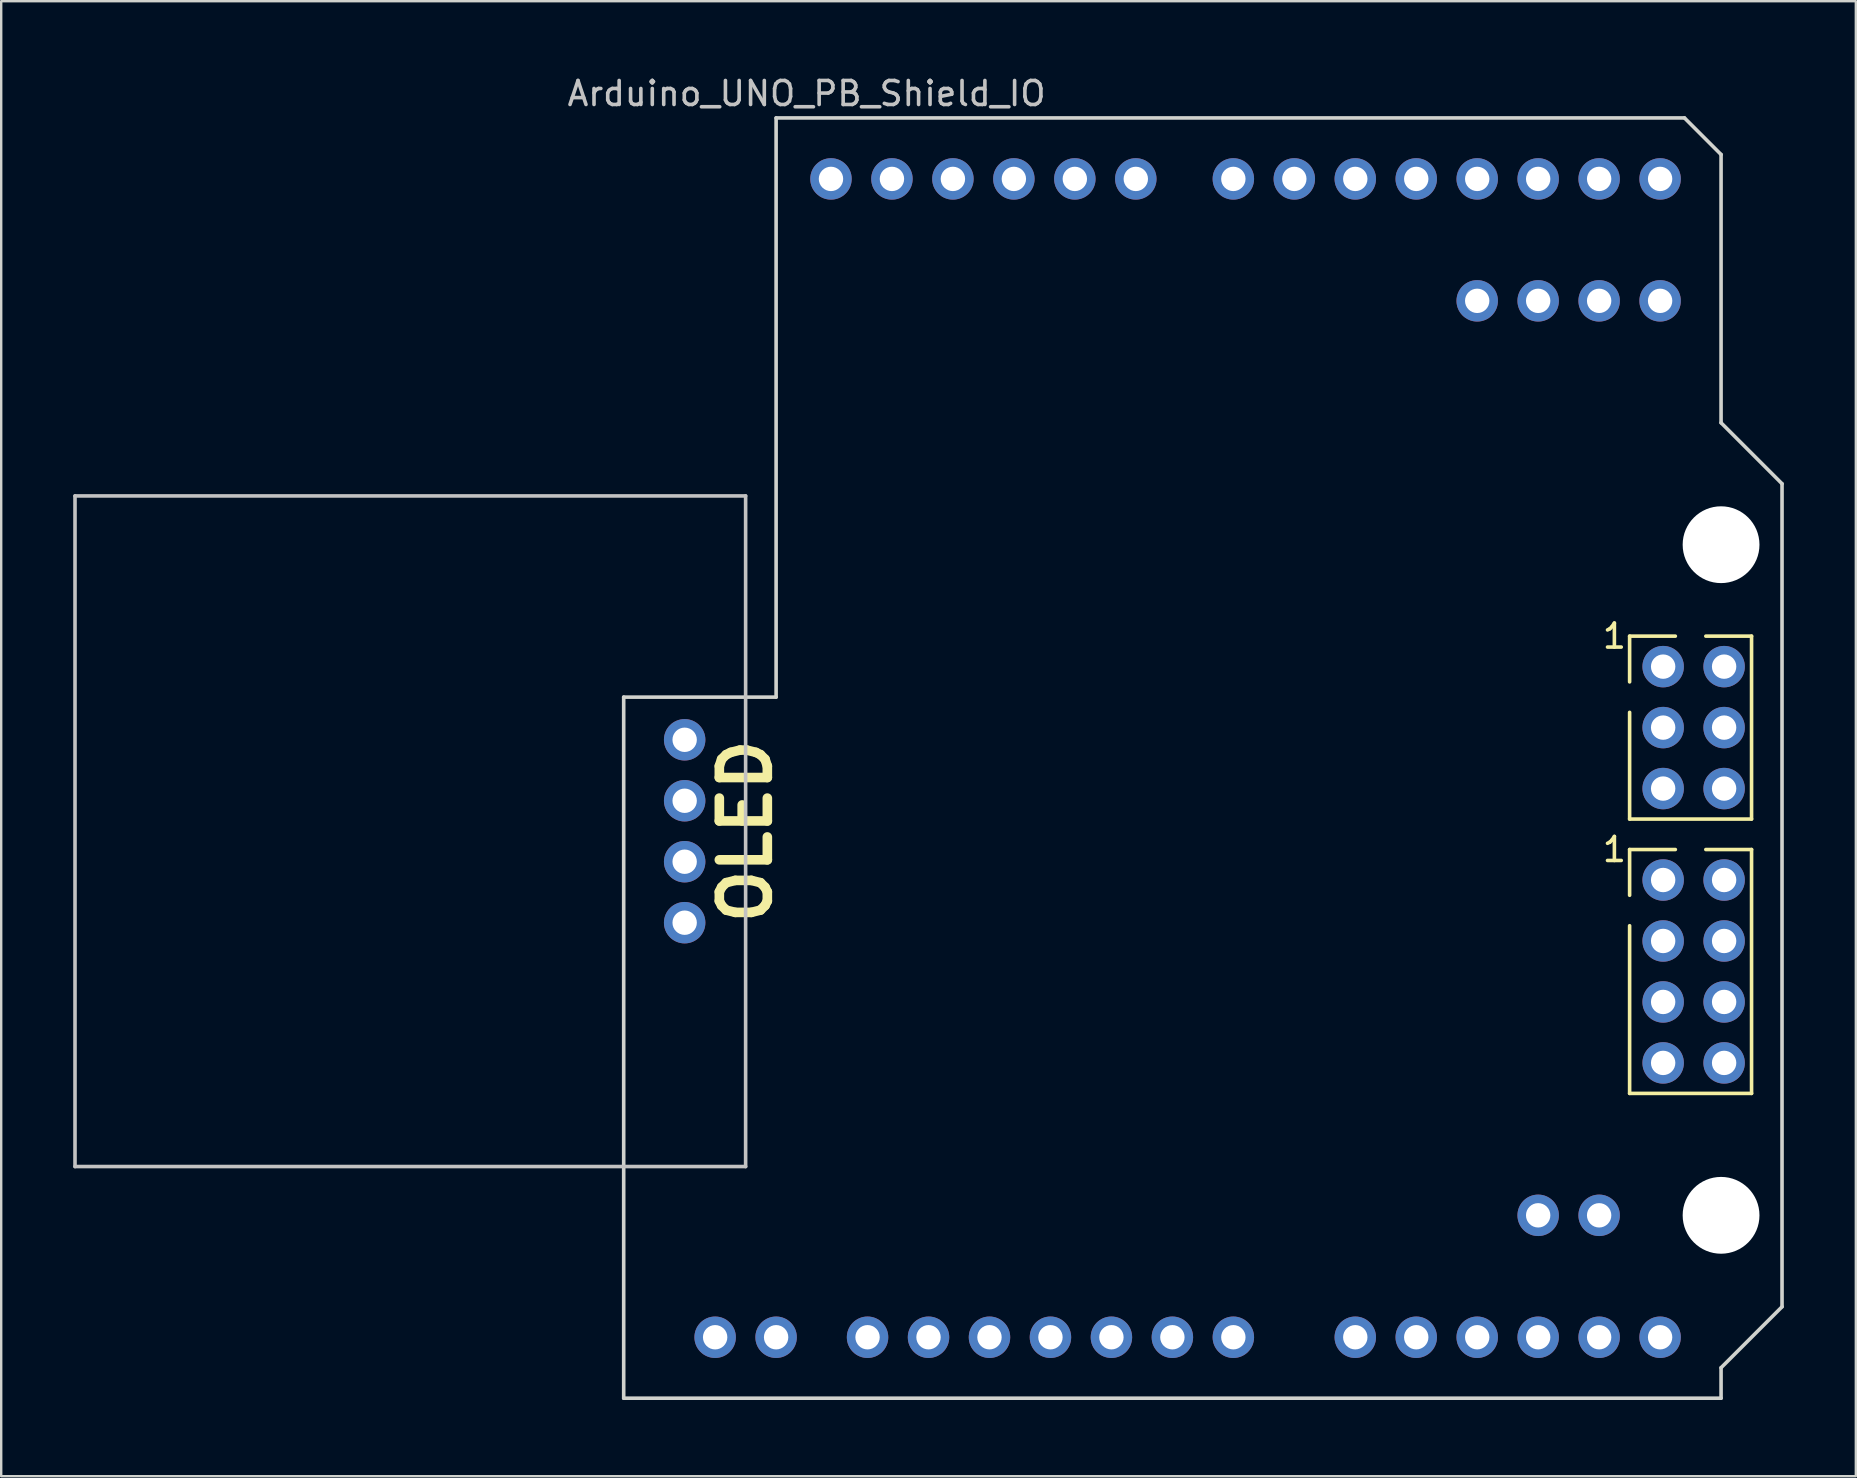
<source format=kicad_pcb>
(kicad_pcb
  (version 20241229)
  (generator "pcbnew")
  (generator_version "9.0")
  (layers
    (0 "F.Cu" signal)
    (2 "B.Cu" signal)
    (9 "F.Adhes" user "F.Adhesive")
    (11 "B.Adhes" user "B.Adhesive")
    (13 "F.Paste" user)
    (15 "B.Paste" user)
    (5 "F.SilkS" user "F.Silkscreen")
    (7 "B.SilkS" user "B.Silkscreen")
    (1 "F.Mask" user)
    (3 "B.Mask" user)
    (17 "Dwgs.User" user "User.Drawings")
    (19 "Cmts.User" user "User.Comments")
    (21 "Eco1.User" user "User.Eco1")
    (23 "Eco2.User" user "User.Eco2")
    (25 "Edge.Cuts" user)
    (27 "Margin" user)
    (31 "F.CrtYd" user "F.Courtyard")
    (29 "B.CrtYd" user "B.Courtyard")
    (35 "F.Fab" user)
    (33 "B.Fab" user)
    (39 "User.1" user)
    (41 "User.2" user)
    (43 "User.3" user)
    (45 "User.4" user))
  (footprint "Arduino_UNO_PB_Shield_IO"
    (layer "F.Cu")
    (at 2.615 55.204)
    (property "Reference" "Arduino_UNO_PB_Shield_IO" (at 27.94 -54.356 0) (layer "Dwgs.User") (effects (font (size 1 1) (thickness 0.15))))
    (attr through_hole)
    (fp_line (start 62.23 -31.75) (end 62.23 -29.845) (stroke (width 0.15) (type solid)) (layer "F.SilkS"))
    (fp_line (start 62.23 -24.13) (end 62.23 -28.575) (stroke (width 0.15) (type solid)) (layer "F.SilkS"))
    (fp_line (start 62.23 -24.13) (end 67.31 -24.13) (stroke (width 0.15) (type solid)) (layer "F.SilkS"))
    (fp_line (start 62.23 -22.86) (end 62.23 -20.955) (stroke (width 0.15) (type solid)) (layer "F.SilkS"))
    (fp_line (start 62.23 -12.7) (end 62.23 -19.685) (stroke (width 0.15) (type solid)) (layer "F.SilkS"))
    (fp_line (start 64.135 -31.75) (end 62.23 -31.75) (stroke (width 0.15) (type solid)) (layer "F.SilkS"))
    (fp_line (start 64.135 -22.86) (end 62.23 -22.86) (stroke (width 0.15) (type solid)) (layer "F.SilkS"))
    (fp_line (start 65.405 -22.86) (end 67.31 -22.86) (stroke (width 0.15) (type solid)) (layer "F.SilkS"))
    (fp_line (start 67.31 -31.75) (end 65.405 -31.75) (stroke (width 0.15) (type solid)) (layer "F.SilkS"))
    (fp_line (start 67.31 -24.13) (end 67.31 -31.75) (stroke (width 0.15) (type solid)) (layer "F.SilkS"))
    (fp_line (start 67.31 -22.86) (end 67.31 -12.7) (stroke (width 0.15) (type solid)) (layer "F.SilkS"))
    (fp_line (start 67.31 -12.7) (end 62.23 -12.7) (stroke (width 0.15) (type solid)) (layer "F.SilkS"))
    (fp_line (start -2.54 -37.592) (end 25.4 -37.592) (stroke (width 0.15) (type solid)) (layer "Dwgs.User"))
    (fp_line (start -2.54 -9.652) (end -2.54 -37.592) (stroke (width 0.15) (type solid)) (layer "Dwgs.User"))
    (fp_line (start 25.4 -9.652) (end -2.54 -9.652) (stroke (width 0.15) (type solid)) (layer "Dwgs.User"))
    (fp_line (start 25.4 -9.652) (end 25.4 -37.592) (stroke (width 0.15) (type solid)) (layer "Dwgs.User"))
    (fp_line (start 20.32 0) (end 20.32 -29.21) (stroke (width 0.15) (type solid)) (layer "Edge.Cuts"))
    (fp_line (start 20.32 0) (end 66.04 0) (stroke (width 0.15) (type solid)) (layer "Edge.Cuts"))
    (fp_line (start 26.67 -53.34) (end 64.516 -53.34) (stroke (width 0.15) (type solid)) (layer "Edge.Cuts"))
    (fp_line (start 26.67 -29.21) (end 20.32 -29.21) (stroke (width 0.15) (type solid)) (layer "Edge.Cuts"))
    (fp_line (start 26.67 -29.21) (end 26.67 -53.34) (stroke (width 0.15) (type solid)) (layer "Edge.Cuts"))
    (fp_line (start 64.516 -53.34) (end 66.04 -51.816) (stroke (width 0.15) (type solid)) (layer "Edge.Cuts"))
    (fp_line (start 66.04 -40.64) (end 66.04 -51.816) (stroke (width 0.15) (type solid)) (layer "Edge.Cuts"))
    (fp_line (start 66.04 -1.27) (end 68.58 -3.81) (stroke (width 0.15) (type solid)) (layer "Edge.Cuts"))
    (fp_line (start 66.04 0) (end 66.04 -1.27) (stroke (width 0.15) (type solid)) (layer "Edge.Cuts"))
    (fp_line (start 68.58 -38.1) (end 66.04 -40.64) (stroke (width 0.15) (type solid)) (layer "Edge.Cuts"))
    (fp_line (start 68.58 -3.81) (end 68.58 -38.1) (stroke (width 0.15) (type solid)) (layer "Edge.Cuts"))
    (fp_text user "1" (at 61.595 -31.75 0) (layer "F.SilkS") (effects (font (size 1 1) (thickness 0.15))))
    (fp_text user "1" (at 61.595 -22.86 0) (layer "F.SilkS") (effects (font (size 1 1) (thickness 0.15))))
    (fp_text user "OLED" (at 25.4 -23.622 270) (layer "F.SilkS") (effects (font (size 2 2) (thickness 0.4))))
    (pad "" np_thru_hole circle (at 66.04 -35.56) (size 3.2 3.2) (drill 3.2) (layers "*.Cu" "*.Mask"))
    (pad "" np_thru_hole circle (at 66.04 -7.62) (size 3.2 3.2) (drill 3.2) (layers "*.Cu" "*.Mask"))
    (pad "3V3" thru_hole oval (at 35.56 -2.54) (size 1.727 1.727) (drill 1.016) (layers "*.Cu" "*.Mask"))
    (pad "3V3" thru_hole oval (at 66.167 -21.59) (size 1.727 1.727) (drill 1.016) (layers "*.Cu" "*.Mask"))
    (pad "5V" thru_hole oval (at 26.67 -2.54) (size 1.727 1.727) (drill 1.016) (layers "*.Cu" "*.Mask"))
    (pad "5V" thru_hole oval (at 30.48 -2.54) (size 1.727 1.727) (drill 1.016) (layers "*.Cu" "*.Mask"))
    (pad "CE" thru_hole oval (at 63.627 -19.05) (size 1.727 1.727) (drill 1.016) (layers "*.Cu" "*.Mask"))
    (pad "CSN" thru_hole oval (at 66.167 -19.05) (size 1.727 1.727) (drill 1.016) (layers "*.Cu" "*.Mask"))
    (pad "D0" thru_hole oval (at 63.5 -50.8) (size 1.727 1.727) (drill 1.016) (layers "*.Cu" "*.Mask"))
    (pad "D1" thru_hole oval (at 60.96 -50.8) (size 1.727 1.727) (drill 1.016) (layers "*.Cu" "*.Mask"))
    (pad "D2" thru_hole oval (at 58.42 -50.8) (size 1.727 1.727) (drill 1.016) (layers "*.Cu" "*.Mask"))
    (pad "D3" thru_hole oval (at 55.88 -50.8) (size 1.727 1.727) (drill 1.016) (layers "*.Cu" "*.Mask"))
    (pad "D4" thru_hole oval (at 53.34 -50.8) (size 1.727 1.727) (drill 1.016) (layers "*.Cu" "*.Mask"))
    (pad "D5" thru_hole oval (at 50.8 -50.8) (size 1.727 1.727) (drill 1.016) (layers "*.Cu" "*.Mask"))
    (pad "D6" thru_hole oval (at 48.26 -50.8) (size 1.727 1.727) (drill 1.016) (layers "*.Cu" "*.Mask"))
    (pad "D7" thru_hole oval (at 45.72 -50.8) (size 1.727 1.727) (drill 1.016) (layers "*.Cu" "*.Mask"))
    (pad "D8" thru_hole oval (at 41.656 -50.8) (size 1.727 1.727) (drill 1.016) (layers "*.Cu" "*.Mask"))
    (pad "D9" thru_hole oval (at 39.116 -50.8) (size 1.727 1.727) (drill 1.016) (layers "*.Cu" "*.Mask"))
    (pad "D10" thru_hole oval (at 36.576 -50.8) (size 1.727 1.727) (drill 1.016) (layers "*.Cu" "*.Mask"))
    (pad "D11" thru_hole oval (at 34.036 -50.8) (size 1.727 1.727) (drill 1.016) (layers "*.Cu" "*.Mask"))
    (pad "D12" thru_hole oval (at 31.496 -50.8) (size 1.727 1.727) (drill 1.016) (layers "*.Cu" "*.Mask"))
    (pad "D13" thru_hole oval (at 28.956 -50.8) (size 1.727 1.727) (drill 1.016) (layers "*.Cu" "*.Mask"))
    (pad "D14" thru_hole oval (at 50.8 -2.54) (size 1.727 1.727) (drill 1.016) (layers "*.Cu" "*.Mask"))
    (pad "D15" thru_hole oval (at 53.34 -2.54) (size 1.727 1.727) (drill 1.016) (layers "*.Cu" "*.Mask"))
    (pad "D16" thru_hole oval (at 55.88 -2.54) (size 1.727 1.727) (drill 1.016) (layers "*.Cu" "*.Mask"))
    (pad "D17" thru_hole oval (at 58.42 -2.54) (size 1.727 1.727) (drill 1.016) (layers "*.Cu" "*.Mask"))
    (pad "D18" thru_hole oval (at 60.96 -2.54) (size 1.727 1.727) (drill 1.016) (layers "*.Cu" "*.Mask"))
    (pad "D19" thru_hole oval (at 63.5 -2.54) (size 1.727 1.727) (drill 1.016) (layers "*.Cu" "*.Mask"))
    (pad "D20" thru_hole oval (at 63.5 -45.72) (size 1.727 1.727) (drill 1.016) (layers "*.Cu" "*.Mask"))
    (pad "D21" thru_hole oval (at 60.96 -45.72) (size 1.727 1.727) (drill 1.016) (layers "*.Cu" "*.Mask"))
    (pad "D23" thru_hole oval (at 58.42 -45.72) (size 1.727 1.727) (drill 1.016) (layers "*.Cu" "*.Mask"))
    (pad "D24" thru_hole oval (at 55.88 -45.72) (size 1.727 1.727) (drill 1.016) (layers "*.Cu" "*.Mask"))
    (pad "D25" thru_hole oval (at 58.42 -7.62) (size 1.727 1.727) (drill 1.016) (layers "*.Cu" "*.Mask"))
    (pad "D26" thru_hole oval (at 60.96 -7.62) (size 1.727 1.727) (drill 1.016) (layers "*.Cu" "*.Mask"))
    (pad "GND" thru_hole oval (at 22.86 -27.432 90) (size 1.727 1.727) (drill 1.016) (layers "*.Cu" "*.Mask"))
    (pad "GND" thru_hole oval (at 40.64 -2.54) (size 1.727 1.727) (drill 1.016) (layers "*.Cu" "*.Mask"))
    (pad "GND" thru_hole oval (at 43.18 -2.54) (size 1.727 1.727) (drill 1.016) (layers "*.Cu" "*.Mask"))
    (pad "GND" thru_hole oval (at 63.627 -21.59) (size 1.727 1.727) (drill 1.016) (layers "*.Cu" "*.Mask"))
    (pad "GND" thru_hole oval (at 66.167 -25.4) (size 1.727 1.727) (drill 1.016) (layers "*.Cu" "*.Mask"))
    (pad "IRQ" thru_hole oval (at 66.167 -13.97) (size 1.727 1.727) (drill 1.016) (layers "*.Cu" "*.Mask"))
    (pad "LED" thru_hole oval (at 24.13 -2.54) (size 1.727 1.727) (drill 1.016) (layers "*.Cu" "*.Mask"))
    (pad "MISO" thru_hole oval (at 63.627 -30.48) (size 1.727 1.727) (drill 1.016) (layers "*.Cu" "*.Mask"))
    (pad "MISO" thru_hole oval (at 63.627 -13.97) (size 1.727 1.727) (drill 1.016) (layers "*.Cu" "*.Mask"))
    (pad "MOSI" thru_hole oval (at 66.167 -27.94) (size 1.727 1.727) (drill 1.016) (layers "*.Cu" "*.Mask"))
    (pad "MOSI" thru_hole oval (at 66.167 -16.51) (size 1.727 1.727) (drill 1.016) (layers "*.Cu" "*.Mask"))
    (pad "RST" thru_hole oval (at 33.02 -2.54) (size 1.727 1.727) (drill 1.016) (layers "*.Cu" "*.Mask"))
    (pad "SCK" thru_hole oval (at 63.627 -27.94) (size 1.727 1.727) (drill 1.016) (layers "*.Cu" "*.Mask"))
    (pad "SCK" thru_hole oval (at 63.627 -16.51) (size 1.727 1.727) (drill 1.016) (layers "*.Cu" "*.Mask"))
    (pad "SCL" thru_hole oval (at 22.86 -22.352 90) (size 1.727 1.727) (drill 1.016) (layers "*.Cu" "*.Mask"))
    (pad "SDA" thru_hole oval (at 22.86 -19.812 90) (size 1.727 1.727) (drill 1.016) (layers "*.Cu" "*.Mask"))
    (pad "SPI_RESET" thru_hole oval (at 63.627 -25.4) (size 1.727 1.727) (drill 1.016) (layers "*.Cu" "*.Mask"))
    (pad "VCC" thru_hole oval (at 22.86 -24.892 90) (size 1.727 1.727) (drill 1.016) (layers "*.Cu" "*.Mask"))
    (pad "VCC" thru_hole oval (at 38.1 -2.54) (size 1.727 1.727) (drill 1.016) (layers "*.Cu" "*.Mask"))
    (pad "VCC" thru_hole oval (at 66.167 -30.48) (size 1.727 1.727) (drill 1.016) (layers "*.Cu" "*.Mask"))
    (pad "VIN" thru_hole oval (at 45.72 -2.54) (size 1.727 1.727) (drill 1.016) (layers "*.Cu" "*.Mask")))
  (gr_rect
    (start -3 -3)
    (end 74.27 58.454)
    (stroke (width 0.1) (type default))
    (fill no)
    (layer "Edge.Cuts")))
</source>
